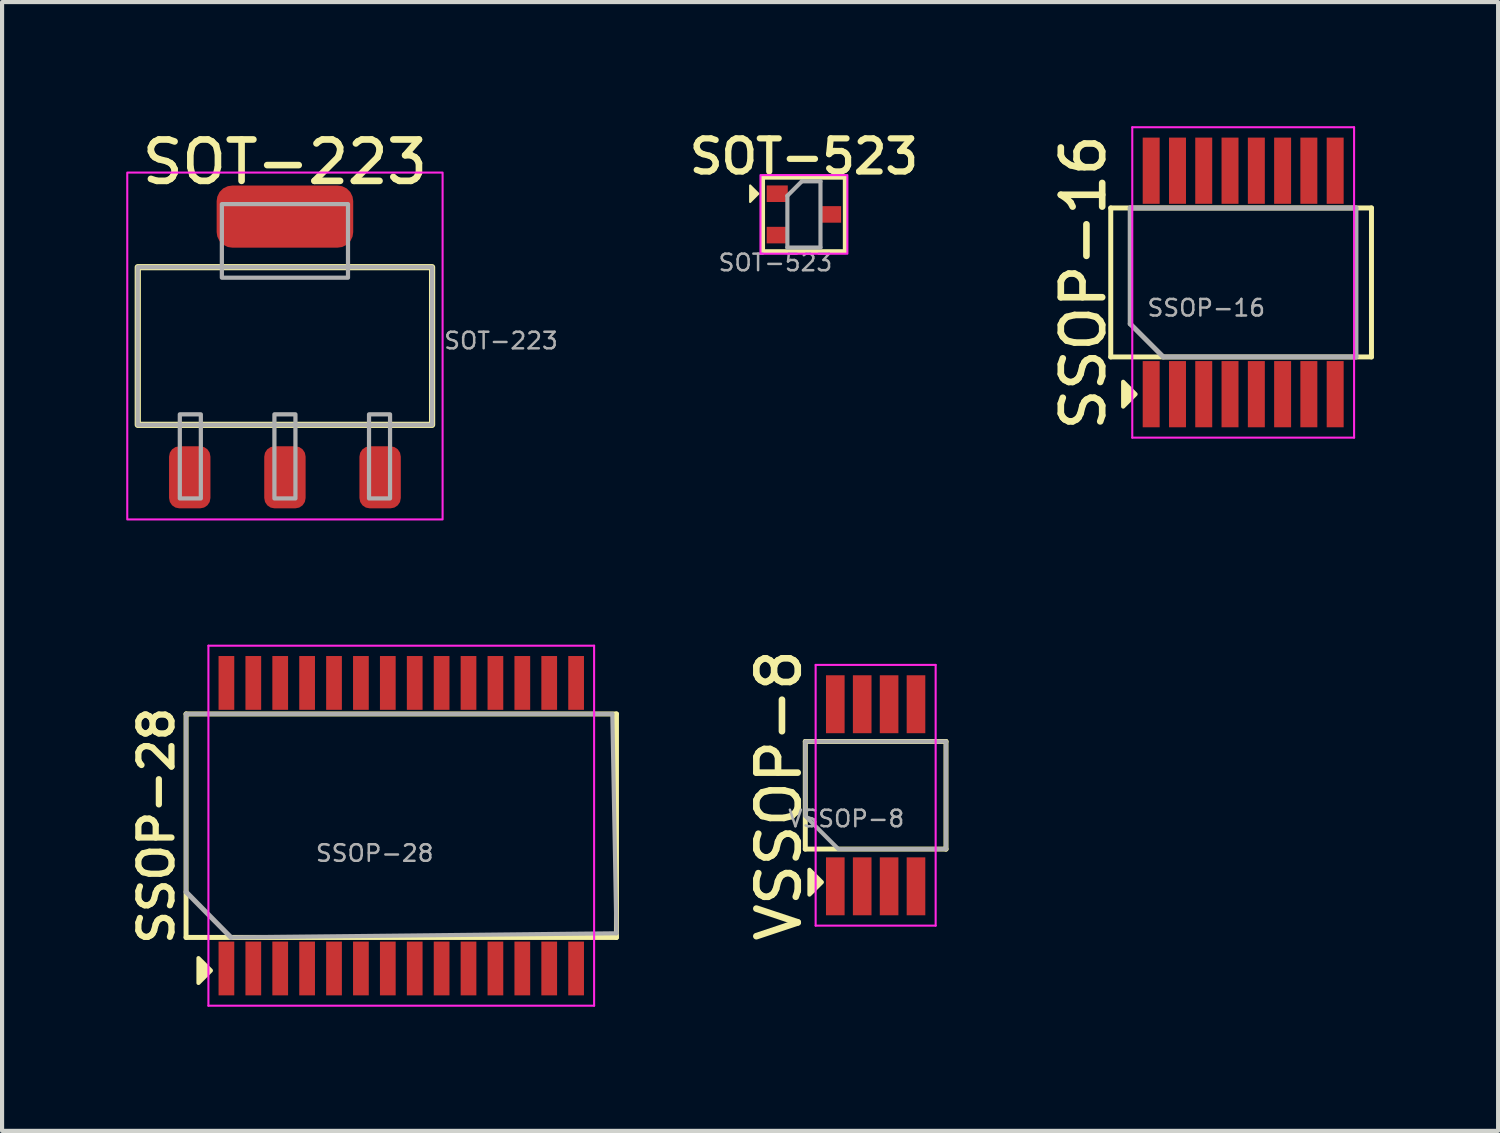
<source format=kicad_pcb>
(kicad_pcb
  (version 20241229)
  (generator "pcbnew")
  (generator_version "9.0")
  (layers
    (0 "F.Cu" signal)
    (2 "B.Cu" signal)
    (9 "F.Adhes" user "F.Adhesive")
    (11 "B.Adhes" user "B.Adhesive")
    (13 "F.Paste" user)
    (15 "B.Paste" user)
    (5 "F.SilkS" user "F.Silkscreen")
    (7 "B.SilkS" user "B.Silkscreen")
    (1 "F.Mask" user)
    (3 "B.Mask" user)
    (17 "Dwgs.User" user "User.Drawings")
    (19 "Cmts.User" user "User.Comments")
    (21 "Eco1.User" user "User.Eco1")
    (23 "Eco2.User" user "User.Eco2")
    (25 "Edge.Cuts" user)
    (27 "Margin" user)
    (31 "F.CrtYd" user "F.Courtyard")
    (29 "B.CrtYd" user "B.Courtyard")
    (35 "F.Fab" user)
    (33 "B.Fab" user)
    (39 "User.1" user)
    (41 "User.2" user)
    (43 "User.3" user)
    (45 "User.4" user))
  (footprint "SOT-223"
    (layer "F.Cu")
    (at 3.835 5.184)
    (property "Reference" "SOT-223" (at 0 -4.318 0) (unlocked yes) (layer "F.SilkS") (effects (font (size 1 1) (thickness 0.16))))
    (attr smd)
    (fp_rect (start -3.556 -1.778) (end 3.556 2.032) (stroke (width 0.15) (type default)) (fill no) (layer "F.SilkS"))
    (fp_rect (start -3.81 -4.064) (end 3.81 4.318) (stroke (width 0.05) (type default)) (fill no) (layer "F.CrtYd"))
    (fp_rect (start -3.556 -1.778) (end 3.556 2.032) (stroke (width 0.102) (type solid)) (fill no) (layer "F.Fab"))
    (fp_rect (start -2.54 1.778) (end -2.032 3.81) (stroke (width 0.102) (type default)) (fill no) (layer "F.Fab"))
    (fp_rect (start -1.524 -3.302) (end 1.524 -1.524) (stroke (width 0.102) (type default)) (fill no) (layer "F.Fab"))
    (fp_rect (start -0.254 1.778) (end 0.254 3.81) (stroke (width 0.102) (type default)) (fill no) (layer "F.Fab"))
    (fp_rect (start 2.032 1.778) (end 2.54 3.81) (stroke (width 0.102) (type default)) (fill no) (layer "F.Fab"))
    (fp_text user "${REFERENCE}" (at 3.81 0 0) (unlocked yes) (layer "F.Fab") (effects (font (size 0.4 0.4) (thickness 0.06)) (justify left)))
    (pad "1" smd roundrect (at -2.3 3.3) (size 1 1.5) (layers "F.Cu" "F.Mask" "F.Paste") (roundrect_rratio 0.25))
    (pad "2" smd roundrect (at 0 -3) (size 3.3 1.5) (layers "F.Cu" "F.Mask" "F.Paste") (roundrect_rratio 0.25))
    (pad "2" smd roundrect (at 0 3.3) (size 1 1.5) (layers "F.Cu" "F.Mask" "F.Paste") (roundrect_rratio 0.25))
    (pad "3" smd roundrect (at 2.3 3.3) (size 1 1.5) (layers "F.Cu" "F.Mask" "F.Paste") (roundrect_rratio 0.25)))
  (footprint "SSOP-28"
    (layer "F.Cu")
    (at 6.646 16.902)
    (property "Reference" "SSOP-28" (at -5.915 0 90) (layer "F.SilkS") (effects (font (size 0.8 0.8) (thickness 0.15))))
    (attr smd)
    (fp_line (start -5.2 -2.7) (end 5.2 -2.7) (stroke (width 0.12) (type default)) (layer "F.SilkS"))
    (fp_line (start -5.2 2.7) (end -5.2 -2.7) (stroke (width 0.12) (type default)) (layer "F.SilkS"))
    (fp_line (start 5.2 -2.7) (end 5.2 2.7) (stroke (width 0.12) (type default)) (layer "F.SilkS"))
    (fp_line (start 5.2 2.7) (end -5.2 2.7) (stroke (width 0.12) (type default)) (layer "F.SilkS"))
    (fp_poly (pts (xy -4.6 3.5) (xy -4.9 3.2) (xy -4.9 3.8)) (stroke (width 0.1) (type solid)) (fill yes) (layer "F.SilkS"))
    (fp_line (start -4.66 -4.35) (end 4.66 -4.35) (stroke (width 0.05) (type default)) (layer "F.CrtYd"))
    (fp_line (start -4.66 4.35) (end -4.66 -4.35) (stroke (width 0.05) (type default)) (layer "F.CrtYd"))
    (fp_line (start 4.66 -4.35) (end 4.66 4.35) (stroke (width 0.05) (type default)) (layer "F.CrtYd"))
    (fp_line (start 4.66 4.35) (end -4.66 4.35) (stroke (width 0.05) (type default)) (layer "F.CrtYd"))
    (fp_line (start -5.2 -2.7) (end -5.2 1.6) (stroke (width 0.1) (type default)) (layer "F.Fab"))
    (fp_line (start -4.115 2.7) (end -5.2 1.6) (stroke (width 0.12) (type default)) (layer "F.Fab"))
    (fp_line (start -4.115 2.7) (end 5.2 2.6) (stroke (width 0.1) (type default)) (layer "F.Fab"))
    (fp_line (start 5.1 -2.7) (end -5.2 -2.7) (stroke (width 0.1) (type default)) (layer "F.Fab"))
    (fp_line (start 5.2 2.6) (end 5.1 -2.7) (stroke (width 0.1) (type default)) (layer "F.Fab"))
    (fp_text user "${REFERENCE}" (at -2.1 0.9 0) (unlocked yes) (layer "F.Fab") (effects (font (size 0.4 0.4) (thickness 0.06)) (justify left bottom)))
    (pad "1" smd rect (at -4.225 3.45) (size 0.38 1.3) (layers "F.Cu" "F.Mask" "F.Paste"))
    (pad "2" smd rect (at -3.575 3.45) (size 0.38 1.3) (layers "F.Cu" "F.Mask" "F.Paste"))
    (pad "3" smd rect (at -2.925 3.45) (size 0.38 1.3) (layers "F.Cu" "F.Mask" "F.Paste"))
    (pad "4" smd rect (at -2.275 3.45) (size 0.38 1.3) (layers "F.Cu" "F.Mask" "F.Paste"))
    (pad "5" smd rect (at -1.625 3.45) (size 0.38 1.3) (layers "F.Cu" "F.Mask" "F.Paste"))
    (pad "6" smd rect (at -0.975 3.45) (size 0.38 1.3) (layers "F.Cu" "F.Mask" "F.Paste"))
    (pad "7" smd rect (at -0.325 3.45) (size 0.38 1.3) (layers "F.Cu" "F.Mask" "F.Paste"))
    (pad "8" smd rect (at 0.325 3.45) (size 0.38 1.3) (layers "F.Cu" "F.Mask" "F.Paste"))
    (pad "9" smd rect (at 0.975 3.45) (size 0.38 1.3) (layers "F.Cu" "F.Mask" "F.Paste"))
    (pad "10" smd rect (at 1.625 3.45) (size 0.38 1.3) (layers "F.Cu" "F.Mask" "F.Paste"))
    (pad "11" smd rect (at 2.275 3.45) (size 0.38 1.3) (layers "F.Cu" "F.Mask" "F.Paste"))
    (pad "12" smd rect (at 2.925 3.45) (size 0.38 1.3) (layers "F.Cu" "F.Mask" "F.Paste"))
    (pad "13" smd rect (at 3.575 3.45) (size 0.38 1.3) (layers "F.Cu" "F.Mask" "F.Paste"))
    (pad "14" smd rect (at 4.225 3.45) (size 0.38 1.3) (layers "F.Cu" "F.Mask" "F.Paste"))
    (pad "15" smd rect (at 4.225 -3.45) (size 0.38 1.3) (layers "F.Cu" "F.Mask" "F.Paste"))
    (pad "16" smd rect (at 3.575 -3.45) (size 0.38 1.3) (layers "F.Cu" "F.Mask" "F.Paste"))
    (pad "17" smd rect (at 2.925 -3.45) (size 0.38 1.3) (layers "F.Cu" "F.Mask" "F.Paste"))
    (pad "18" smd rect (at 2.275 -3.45) (size 0.38 1.3) (layers "F.Cu" "F.Mask" "F.Paste"))
    (pad "19" smd rect (at 1.625 -3.45) (size 0.38 1.3) (layers "F.Cu" "F.Mask" "F.Paste"))
    (pad "20" smd rect (at 0.975 -3.45) (size 0.38 1.3) (layers "F.Cu" "F.Mask" "F.Paste"))
    (pad "21" smd rect (at 0.325 -3.45) (size 0.38 1.3) (layers "F.Cu" "F.Mask" "F.Paste"))
    (pad "22" smd rect (at -0.325 -3.45) (size 0.38 1.3) (layers "F.Cu" "F.Mask" "F.Paste"))
    (pad "23" smd rect (at -0.975 -3.45) (size 0.38 1.3) (layers "F.Cu" "F.Mask" "F.Paste"))
    (pad "24" smd rect (at -1.625 -3.45) (size 0.38 1.3) (layers "F.Cu" "F.Mask" "F.Paste"))
    (pad "25" smd rect (at -2.275 -3.45) (size 0.38 1.3) (layers "F.Cu" "F.Mask" "F.Paste"))
    (pad "26" smd rect (at -2.925 -3.45) (size 0.38 1.3) (layers "F.Cu" "F.Mask" "F.Paste"))
    (pad "27" smd rect (at -3.575 -3.45) (size 0.38 1.3) (layers "F.Cu" "F.Mask" "F.Paste"))
    (pad "28" smd rect (at -4.225 -3.45) (size 0.38 1.3) (layers "F.Cu" "F.Mask" "F.Paste")))
  (footprint "VSSOP-8"
    (layer "F.Cu")
    (at 18.109 16.167)
    (property "Reference" "VSSOP-8" (at -2.337 0 90) (layer "F.SilkS") (effects (font (size 1 1) (thickness 0.16))))
    (attr smd)
    (fp_line (start -1.7 -1.3) (end 1.7 -1.3) (stroke (width 0.12) (type default)) (layer "F.SilkS"))
    (fp_line (start -1.7 1.3) (end -1.7 -1.3) (stroke (width 0.12) (type default)) (layer "F.SilkS"))
    (fp_line (start 1.7 -1.3) (end 1.7 1.3) (stroke (width 0.12) (type default)) (layer "F.SilkS"))
    (fp_line (start 1.7 1.3) (end -1.7 1.3) (stroke (width 0.12) (type default)) (layer "F.SilkS"))
    (fp_poly (pts (xy -1.3 2.1) (xy -1.6 1.8) (xy -1.6 2.4)) (stroke (width 0.1) (type solid)) (fill yes) (layer "F.SilkS"))
    (fp_line (start -1.45 -3.15) (end 1.45 -3.15) (stroke (width 0.05) (type default)) (layer "F.CrtYd"))
    (fp_line (start -1.45 3.15) (end -1.45 -3.15) (stroke (width 0.05) (type default)) (layer "F.CrtYd"))
    (fp_line (start 1.45 -3.15) (end 1.45 3.15) (stroke (width 0.05) (type default)) (layer "F.CrtYd"))
    (fp_line (start 1.45 3.15) (end -1.45 3.15) (stroke (width 0.05) (type default)) (layer "F.CrtYd"))
    (fp_poly (pts (xy -1.7 -1.3) (xy 1.7 -1.3) (xy 1.7 1.3) (xy -0.9 1.3) (xy -1.7 0.5)) (stroke (width 0.1) (type solid)) (fill no) (layer "F.Fab"))
    (fp_text user "${REFERENCE}" (at -2.15 0.8 0) (unlocked yes) (layer "F.Fab") (effects (font (size 0.4 0.4) (thickness 0.06)) (justify left bottom)))
    (pad "1" smd rect (at -0.975 2.2) (size 0.45 1.4) (layers "F.Cu" "F.Mask" "F.Paste"))
    (pad "2" smd rect (at -0.325 2.2) (size 0.45 1.4) (layers "F.Cu" "F.Mask" "F.Paste"))
    (pad "3" smd rect (at 0.325 2.2) (size 0.45 1.4) (layers "F.Cu" "F.Mask" "F.Paste"))
    (pad "4" smd rect (at 0.975 2.2) (size 0.45 1.4) (layers "F.Cu" "F.Mask" "F.Paste"))
    (pad "5" smd rect (at 0.975 -2.2) (size 0.45 1.4) (layers "F.Cu" "F.Mask" "F.Paste"))
    (pad "6" smd rect (at 0.325 -2.2) (size 0.45 1.4) (layers "F.Cu" "F.Mask" "F.Paste"))
    (pad "7" smd rect (at -0.325 -2.2) (size 0.45 1.4) (layers "F.Cu" "F.Mask" "F.Paste"))
    (pad "8" smd rect (at -0.975 -2.2) (size 0.45 1.4) (layers "F.Cu" "F.Mask" "F.Paste")))
  (footprint "SOT-523"
    (layer "F.Cu")
    (at 16.376 2.131)
    (property "Reference" "SOT-523" (at 0 -1.4 0) (layer "F.SilkS") (effects (font (size 0.8 0.8) (thickness 0.15))))
    (attr smd)
    (fp_rect (start -1 -0.9) (end 1 0.9) (stroke (width 0.12) (type default)) (fill no) (layer "F.SilkS"))
    (fp_poly (pts (xy -1.1 -0.5) (xy -1.3 -0.7) (xy -1.3 -0.3)) (stroke (width 0.05) (type solid)) (fill yes) (layer "F.SilkS"))
    (fp_rect (start -1.05 -0.95) (end 1.05 0.95) (stroke (width 0.05) (type default)) (fill no) (layer "F.CrtYd"))
    (fp_line (start -0.4 -0.45) (end -0.4 0.8) (stroke (width 0.1) (type solid)) (layer "F.Fab"))
    (fp_line (start -0.4 -0.45) (end -0.05 -0.8) (stroke (width 0.1) (type solid)) (layer "F.Fab"))
    (fp_line (start -0.4 0.8) (end 0.4 0.8) (stroke (width 0.1) (type solid)) (layer "F.Fab"))
    (fp_line (start 0.4 -0.8) (end -0.05 -0.8) (stroke (width 0.1) (type solid)) (layer "F.Fab"))
    (fp_line (start 0.4 0.8) (end 0.4 -0.8) (stroke (width 0.1) (type solid)) (layer "F.Fab"))
    (fp_text user "${REFERENCE}" (at -2.1 1.4 0) (unlocked yes) (layer "F.Fab") (effects (font (size 0.4 0.4) (thickness 0.06)) (justify left bottom)))
    (pad "1" smd rect (at -0.645 -0.5 180) (size 0.51 0.4) (layers "F.Cu" "F.Mask" "F.Paste"))
    (pad "2" smd rect (at -0.645 0.5 180) (size 0.51 0.4) (layers "F.Cu" "F.Mask" "F.Paste"))
    (pad "3" smd rect (at 0.645 0 180) (size 0.51 0.4) (layers "F.Cu" "F.Mask" "F.Paste")))
  (footprint "SSOP-16"
    (layer "F.Cu")
    (at 26.99 3.775)
    (property "Reference" "SSOP-16" (at -3.861 0 90) (layer "F.SilkS") (effects (font (size 1 1) (thickness 0.16))))
    (attr smd)
    (fp_line (start -3.2 -1.8) (end 3.1 -1.8) (stroke (width 0.12) (type default)) (layer "F.SilkS"))
    (fp_line (start -3.2 1.8) (end -3.2 -1.8) (stroke (width 0.12) (type default)) (layer "F.SilkS"))
    (fp_line (start 3.1 -1.8) (end 3.1 1.8) (stroke (width 0.12) (type default)) (layer "F.SilkS"))
    (fp_line (start 3.1 1.8) (end -3.2 1.8) (stroke (width 0.12) (type default)) (layer "F.SilkS"))
    (fp_poly (pts (xy -2.6 2.7) (xy -2.9 2.4) (xy -2.9 3)) (stroke (width 0.1) (type solid)) (fill yes) (layer "F.SilkS"))
    (fp_line (start -2.68 -3.75) (end 2.68 -3.75) (stroke (width 0.05) (type default)) (layer "F.CrtYd"))
    (fp_line (start -2.68 3.75) (end -2.68 -3.75) (stroke (width 0.05) (type default)) (layer "F.CrtYd"))
    (fp_line (start 2.68 -3.75) (end 2.68 3.75) (stroke (width 0.05) (type default)) (layer "F.CrtYd"))
    (fp_line (start 2.68 3.75) (end -2.68 3.75) (stroke (width 0.05) (type default)) (layer "F.CrtYd"))
    (fp_line (start -2.73 -1.8) (end 2.725 -1.8) (stroke (width 0.12) (type default)) (layer "F.Fab"))
    (fp_line (start -2.73 1) (end -2.73 -1.8) (stroke (width 0.12) (type default)) (layer "F.Fab"))
    (fp_line (start -1.93 1.8) (end -2.73 1) (stroke (width 0.12) (type default)) (layer "F.Fab"))
    (fp_line (start 2.725 -1.8) (end 2.725 1.8) (stroke (width 0.12) (type default)) (layer "F.Fab"))
    (fp_line (start 2.725 1.8) (end -1.93 1.8) (stroke (width 0.12) (type default)) (layer "F.Fab"))
    (fp_text user "${REFERENCE}" (at -2.35 0.85 0) (unlocked yes) (layer "F.Fab") (effects (font (size 0.4 0.4) (thickness 0.06)) (justify left bottom)))
    (pad "1" smd rect (at -2.223 2.7) (size 0.41 1.6) (layers "F.Cu" "F.Mask" "F.Paste"))
    (pad "2" smd rect (at -1.587 2.7) (size 0.41 1.6) (layers "F.Cu" "F.Mask" "F.Paste"))
    (pad "3" smd rect (at -0.953 2.7) (size 0.41 1.6) (layers "F.Cu" "F.Mask" "F.Paste"))
    (pad "4" smd rect (at -0.318 2.7) (size 0.41 1.6) (layers "F.Cu" "F.Mask" "F.Paste"))
    (pad "5" smd rect (at 0.318 2.7) (size 0.41 1.6) (layers "F.Cu" "F.Mask" "F.Paste"))
    (pad "6" smd rect (at 0.953 2.7) (size 0.41 1.6) (layers "F.Cu" "F.Mask" "F.Paste"))
    (pad "7" smd rect (at 1.587 2.7) (size 0.41 1.6) (layers "F.Cu" "F.Mask" "F.Paste"))
    (pad "8" smd rect (at 2.223 2.7) (size 0.41 1.6) (layers "F.Cu" "F.Mask" "F.Paste"))
    (pad "9" smd rect (at 2.223 -2.7) (size 0.41 1.6) (layers "F.Cu" "F.Mask" "F.Paste"))
    (pad "10" smd rect (at 1.587 -2.7) (size 0.41 1.6) (layers "F.Cu" "F.Mask" "F.Paste"))
    (pad "11" smd rect (at 0.953 -2.7) (size 0.41 1.6) (layers "F.Cu" "F.Mask" "F.Paste"))
    (pad "12" smd rect (at 0.318 -2.7) (size 0.41 1.6) (layers "F.Cu" "F.Mask" "F.Paste"))
    (pad "13" smd rect (at -0.318 -2.7) (size 0.41 1.6) (layers "F.Cu" "F.Mask" "F.Paste"))
    (pad "14" smd rect (at -0.953 -2.7) (size 0.41 1.6) (layers "F.Cu" "F.Mask" "F.Paste"))
    (pad "15" smd rect (at -1.587 -2.7) (size 0.41 1.6) (layers "F.Cu" "F.Mask" "F.Paste"))
    (pad "16" smd rect (at -2.223 -2.7) (size 0.41 1.6) (layers "F.Cu" "F.Mask" "F.Paste")))
  (gr_rect
    (start -3 -3)
    (end 33.15 24.277)
    (stroke (width 0.1) (type default))
    (fill no)
    (layer "Edge.Cuts")))
</source>
